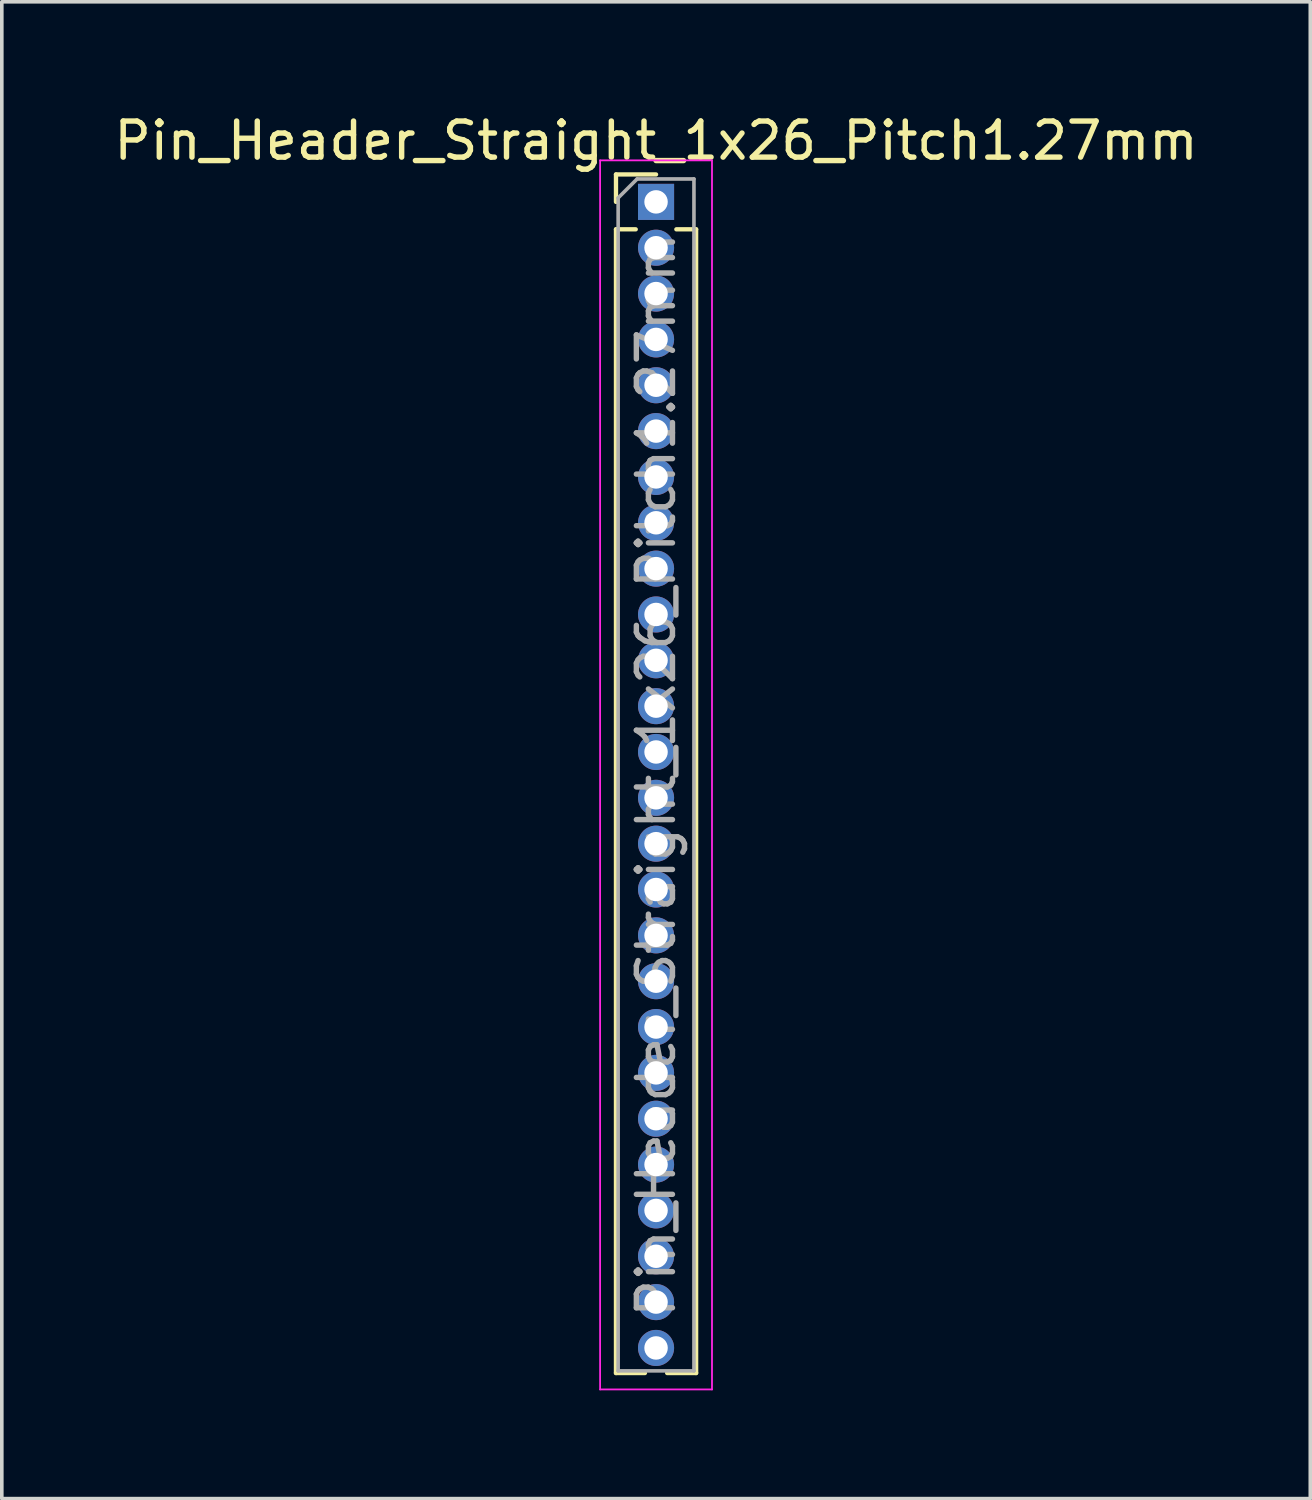
<source format=kicad_pcb>
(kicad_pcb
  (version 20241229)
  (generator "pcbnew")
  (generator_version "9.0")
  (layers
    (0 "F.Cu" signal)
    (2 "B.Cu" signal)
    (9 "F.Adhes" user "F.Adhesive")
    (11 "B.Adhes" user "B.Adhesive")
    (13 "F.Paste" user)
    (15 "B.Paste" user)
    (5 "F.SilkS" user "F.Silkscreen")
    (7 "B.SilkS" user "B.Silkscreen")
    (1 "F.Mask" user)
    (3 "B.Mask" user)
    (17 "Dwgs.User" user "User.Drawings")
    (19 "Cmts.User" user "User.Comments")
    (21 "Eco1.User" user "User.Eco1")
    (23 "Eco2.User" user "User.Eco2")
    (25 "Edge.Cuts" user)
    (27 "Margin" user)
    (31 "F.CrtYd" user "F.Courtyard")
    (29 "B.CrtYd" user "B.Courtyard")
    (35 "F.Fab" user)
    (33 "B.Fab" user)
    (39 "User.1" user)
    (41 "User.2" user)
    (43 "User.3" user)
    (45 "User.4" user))
  (footprint "Pin_Header_Straight_1x26_Pitch1.27mm"
    (layer "F.Cu")
    (at 15.125 2.543)
    (property "Reference" "Pin_Header_Straight_1x26_Pitch1.27mm" (at 0 -1.695 0) (layer "F.SilkS") (effects (font (size 1 1) (thickness 0.15))))
    (attr through_hole)
    (fp_line (start -1.11 -0.76) (end 0 -0.76) (stroke (width 0.12) (type solid)) (layer "F.SilkS"))
    (fp_line (start -1.11 0) (end -1.11 -0.76) (stroke (width 0.12) (type solid)) (layer "F.SilkS"))
    (fp_line (start -1.11 0.76) (end -1.11 32.445) (stroke (width 0.12) (type solid)) (layer "F.SilkS"))
    (fp_line (start -1.11 0.76) (end -0.563 0.76) (stroke (width 0.12) (type solid)) (layer "F.SilkS"))
    (fp_line (start -1.11 32.445) (end -0.308 32.445) (stroke (width 0.12) (type solid)) (layer "F.SilkS"))
    (fp_line (start 0.308 32.445) (end 1.11 32.445) (stroke (width 0.12) (type solid)) (layer "F.SilkS"))
    (fp_line (start 0.563 0.76) (end 1.11 0.76) (stroke (width 0.12) (type solid)) (layer "F.SilkS"))
    (fp_line (start 1.11 0.76) (end 1.11 32.445) (stroke (width 0.12) (type solid)) (layer "F.SilkS"))
    (fp_line (start -1.55 -1.15) (end -1.55 32.9) (stroke (width 0.05) (type solid)) (layer "F.CrtYd"))
    (fp_line (start -1.55 32.9) (end 1.55 32.9) (stroke (width 0.05) (type solid)) (layer "F.CrtYd"))
    (fp_line (start 1.55 -1.15) (end -1.55 -1.15) (stroke (width 0.05) (type solid)) (layer "F.CrtYd"))
    (fp_line (start 1.55 32.9) (end 1.55 -1.15) (stroke (width 0.05) (type solid)) (layer "F.CrtYd"))
    (fp_line (start -1.05 -0.11) (end -0.525 -0.635) (stroke (width 0.1) (type solid)) (layer "F.Fab"))
    (fp_line (start -1.05 32.385) (end -1.05 -0.11) (stroke (width 0.1) (type solid)) (layer "F.Fab"))
    (fp_line (start -0.525 -0.635) (end 1.05 -0.635) (stroke (width 0.1) (type solid)) (layer "F.Fab"))
    (fp_line (start 1.05 -0.635) (end 1.05 32.385) (stroke (width 0.1) (type solid)) (layer "F.Fab"))
    (fp_line (start 1.05 32.385) (end -1.05 32.385) (stroke (width 0.1) (type solid)) (layer "F.Fab"))
    (fp_text user "${REFERENCE}" (at 0 15.875 90) (layer "F.Fab") (effects (font (size 1 1) (thickness 0.15))))
    (pad "1" thru_hole rect (at 0 0) (size 1 1) (drill 0.65) (layers "*.Cu" "*.Mask"))
    (pad "2" thru_hole oval (at 0 1.27) (size 1 1) (drill 0.65) (layers "*.Cu" "*.Mask"))
    (pad "3" thru_hole oval (at 0 2.54) (size 1 1) (drill 0.65) (layers "*.Cu" "*.Mask"))
    (pad "4" thru_hole oval (at 0 3.81) (size 1 1) (drill 0.65) (layers "*.Cu" "*.Mask"))
    (pad "5" thru_hole oval (at 0 5.08) (size 1 1) (drill 0.65) (layers "*.Cu" "*.Mask"))
    (pad "6" thru_hole oval (at 0 6.35) (size 1 1) (drill 0.65) (layers "*.Cu" "*.Mask"))
    (pad "7" thru_hole oval (at 0 7.62) (size 1 1) (drill 0.65) (layers "*.Cu" "*.Mask"))
    (pad "8" thru_hole oval (at 0 8.89) (size 1 1) (drill 0.65) (layers "*.Cu" "*.Mask"))
    (pad "9" thru_hole oval (at 0 10.16) (size 1 1) (drill 0.65) (layers "*.Cu" "*.Mask"))
    (pad "10" thru_hole oval (at 0 11.43) (size 1 1) (drill 0.65) (layers "*.Cu" "*.Mask"))
    (pad "11" thru_hole oval (at 0 12.7) (size 1 1) (drill 0.65) (layers "*.Cu" "*.Mask"))
    (pad "12" thru_hole oval (at 0 13.97) (size 1 1) (drill 0.65) (layers "*.Cu" "*.Mask"))
    (pad "13" thru_hole oval (at 0 15.24) (size 1 1) (drill 0.65) (layers "*.Cu" "*.Mask"))
    (pad "14" thru_hole oval (at 0 16.51) (size 1 1) (drill 0.65) (layers "*.Cu" "*.Mask"))
    (pad "15" thru_hole oval (at 0 17.78) (size 1 1) (drill 0.65) (layers "*.Cu" "*.Mask"))
    (pad "16" thru_hole oval (at 0 19.05) (size 1 1) (drill 0.65) (layers "*.Cu" "*.Mask"))
    (pad "17" thru_hole oval (at 0 20.32) (size 1 1) (drill 0.65) (layers "*.Cu" "*.Mask"))
    (pad "18" thru_hole oval (at 0 21.59) (size 1 1) (drill 0.65) (layers "*.Cu" "*.Mask"))
    (pad "19" thru_hole oval (at 0 22.86) (size 1 1) (drill 0.65) (layers "*.Cu" "*.Mask"))
    (pad "20" thru_hole oval (at 0 24.13) (size 1 1) (drill 0.65) (layers "*.Cu" "*.Mask"))
    (pad "21" thru_hole oval (at 0 25.4) (size 1 1) (drill 0.65) (layers "*.Cu" "*.Mask"))
    (pad "22" thru_hole oval (at 0 26.67) (size 1 1) (drill 0.65) (layers "*.Cu" "*.Mask"))
    (pad "23" thru_hole oval (at 0 27.94) (size 1 1) (drill 0.65) (layers "*.Cu" "*.Mask"))
    (pad "24" thru_hole oval (at 0 29.21) (size 1 1) (drill 0.65) (layers "*.Cu" "*.Mask"))
    (pad "25" thru_hole oval (at 0 30.48) (size 1 1) (drill 0.65) (layers "*.Cu" "*.Mask"))
    (pad "26" thru_hole oval (at 0 31.75) (size 1 1) (drill 0.65) (layers "*.Cu" "*.Mask")))
  (gr_rect
    (start -3 -3)
    (end 33.25 38.468)
    (stroke (width 0.1) (type default))
    (fill no)
    (layer "Edge.Cuts")))
</source>
